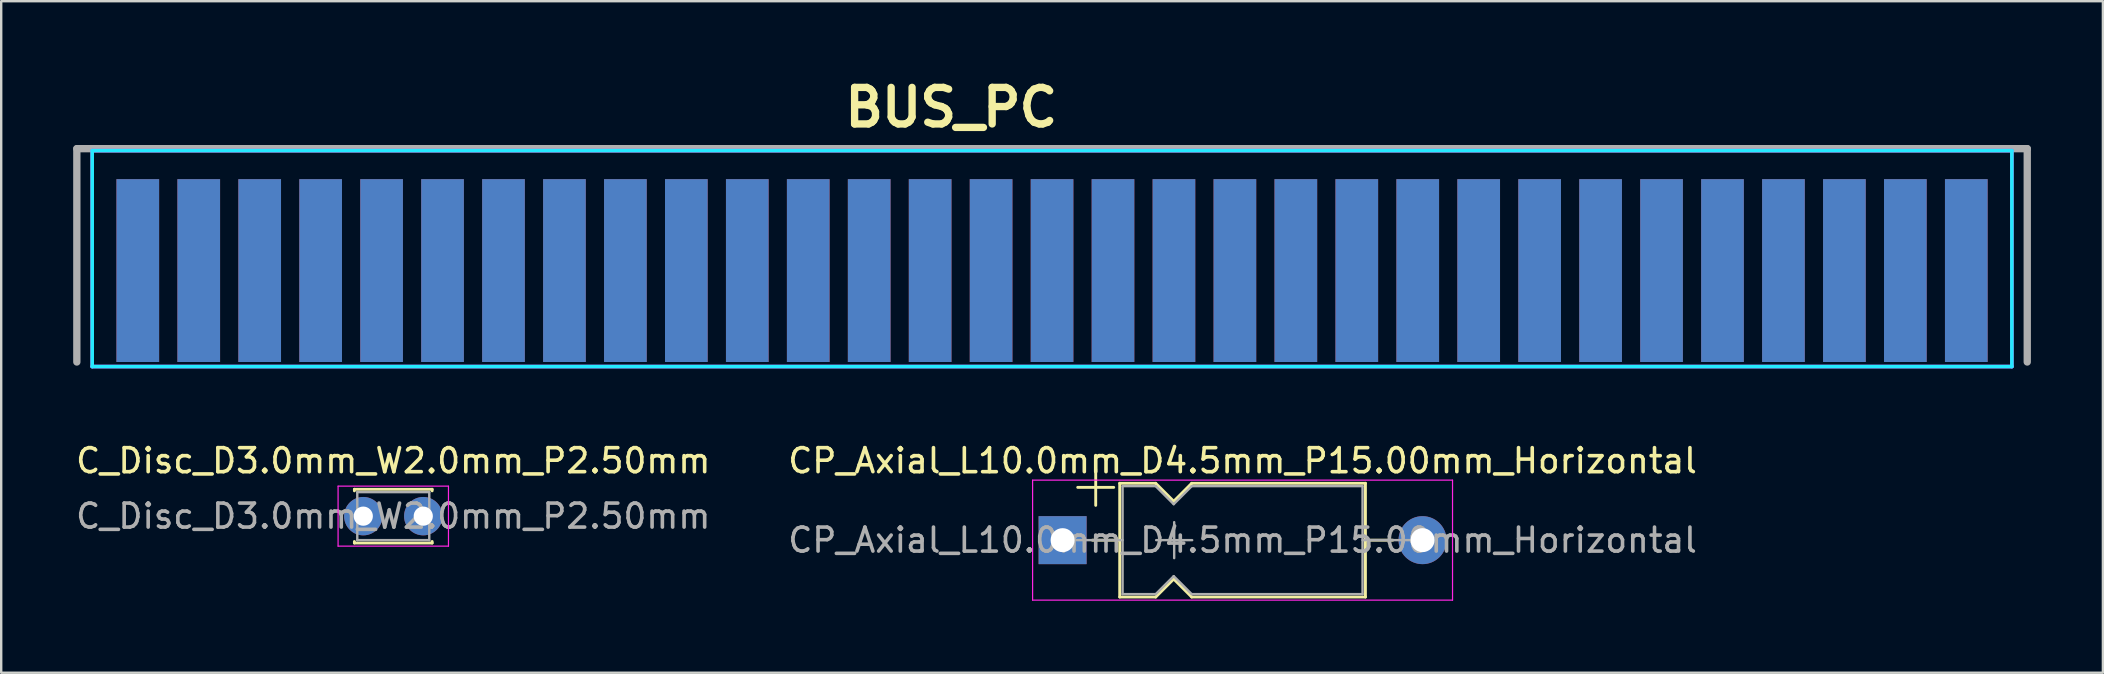
<source format=kicad_pcb>
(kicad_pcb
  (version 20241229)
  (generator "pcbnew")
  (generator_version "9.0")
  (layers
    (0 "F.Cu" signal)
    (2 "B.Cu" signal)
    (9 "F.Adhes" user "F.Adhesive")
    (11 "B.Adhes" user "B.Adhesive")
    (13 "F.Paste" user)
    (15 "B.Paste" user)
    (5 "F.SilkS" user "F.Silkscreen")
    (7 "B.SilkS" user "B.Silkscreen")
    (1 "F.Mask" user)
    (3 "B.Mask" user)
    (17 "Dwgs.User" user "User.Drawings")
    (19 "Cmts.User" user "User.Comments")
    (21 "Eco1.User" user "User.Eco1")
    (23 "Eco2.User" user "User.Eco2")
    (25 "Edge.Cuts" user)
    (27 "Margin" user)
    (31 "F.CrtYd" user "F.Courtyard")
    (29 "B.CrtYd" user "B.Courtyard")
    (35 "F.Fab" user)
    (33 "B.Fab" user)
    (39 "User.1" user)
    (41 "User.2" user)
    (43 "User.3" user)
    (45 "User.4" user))
  (footprint "BUS_PC"
    (layer "F.Cu")
    (at 40.792 8.226)
    (property "Reference" "BUS_PC" (at -4.2 -6.8 0) (layer "F.SilkS") (effects (font (size 1.524 1.524) (thickness 0.305))))
    (attr exclude_from_pos_files exclude_from_bom)
    (fp_line (start -40 -5) (end 40 -5) (stroke (width 0.15) (type solid)) (layer "B.CrtYd"))
    (fp_line (start -40 4) (end -40 -5) (stroke (width 0.15) (type solid)) (layer "B.CrtYd"))
    (fp_line (start 40 -5) (end 40 4) (stroke (width 0.15) (type solid)) (layer "B.CrtYd"))
    (fp_line (start 40 4) (end -40 4) (stroke (width 0.15) (type solid)) (layer "B.CrtYd"))
    (fp_line (start -40 -5) (end 40 -5) (stroke (width 0.15) (type solid)) (layer "F.CrtYd"))
    (fp_line (start -40 4) (end -40 -5) (stroke (width 0.15) (type solid)) (layer "F.CrtYd"))
    (fp_line (start 40 -5) (end 40 4) (stroke (width 0.15) (type solid)) (layer "F.CrtYd"))
    (fp_line (start 40 4) (end -40 4) (stroke (width 0.15) (type solid)) (layer "F.CrtYd"))
    (fp_line (start -40.64 -5.08) (end 40.64 -5.08) (stroke (width 0.305) (type solid)) (layer "F.Fab"))
    (fp_line (start -40.64 3.81) (end -40.64 -5.08) (stroke (width 0.305) (type solid)) (layer "F.Fab"))
    (fp_line (start 40.64 -5.08) (end 40.64 3.81) (stroke (width 0.305) (type solid)) (layer "F.Fab"))
    (pad "1" connect rect (at 38.1 0) (size 1.778 7.62) (layers "B.Cu" "B.Mask"))
    (pad "2" connect rect (at 35.56 0) (size 1.778 7.62) (layers "B.Cu" "B.Mask"))
    (pad "3" connect rect (at 33.02 0) (size 1.778 7.62) (layers "B.Cu" "B.Mask"))
    (pad "4" connect rect (at 30.48 0) (size 1.778 7.62) (layers "B.Cu" "B.Mask"))
    (pad "5" connect rect (at 27.94 0) (size 1.778 7.62) (layers "B.Cu" "B.Mask"))
    (pad "6" connect rect (at 25.4 0) (size 1.778 7.62) (layers "B.Cu" "B.Mask"))
    (pad "7" connect rect (at 22.86 0) (size 1.778 7.62) (layers "B.Cu" "B.Mask"))
    (pad "8" connect rect (at 20.32 0) (size 1.778 7.62) (layers "B.Cu" "B.Mask"))
    (pad "9" connect rect (at 17.78 0) (size 1.778 7.62) (layers "B.Cu" "B.Mask"))
    (pad "10" connect rect (at 15.24 0) (size 1.778 7.62) (layers "B.Cu" "B.Mask"))
    (pad "11" connect rect (at 12.7 0) (size 1.778 7.62) (layers "B.Cu" "B.Mask"))
    (pad "12" connect rect (at 10.16 0) (size 1.778 7.62) (layers "B.Cu" "B.Mask"))
    (pad "13" connect rect (at 7.62 0) (size 1.778 7.62) (layers "B.Cu" "B.Mask"))
    (pad "14" connect rect (at 5.08 0) (size 1.778 7.62) (layers "B.Cu" "B.Mask"))
    (pad "15" connect rect (at 2.54 0) (size 1.778 7.62) (layers "B.Cu" "B.Mask"))
    (pad "16" connect rect (at 0 0) (size 1.778 7.62) (layers "B.Cu" "B.Mask"))
    (pad "17" connect rect (at -2.54 0) (size 1.778 7.62) (layers "B.Cu" "B.Mask"))
    (pad "18" connect rect (at -5.08 0) (size 1.778 7.62) (layers "B.Cu" "B.Mask"))
    (pad "19" connect rect (at -7.62 0) (size 1.778 7.62) (layers "B.Cu" "B.Mask"))
    (pad "20" connect rect (at -10.16 0) (size 1.778 7.62) (layers "B.Cu" "B.Mask"))
    (pad "21" connect rect (at -12.7 0) (size 1.778 7.62) (layers "B.Cu" "B.Mask"))
    (pad "22" connect rect (at -15.24 0) (size 1.778 7.62) (layers "B.Cu" "B.Mask"))
    (pad "23" connect rect (at -17.78 0) (size 1.778 7.62) (layers "B.Cu" "B.Mask"))
    (pad "24" connect rect (at -20.32 0) (size 1.778 7.62) (layers "B.Cu" "B.Mask"))
    (pad "25" connect rect (at -22.86 0) (size 1.778 7.62) (layers "B.Cu" "B.Mask"))
    (pad "26" connect rect (at -25.4 0) (size 1.778 7.62) (layers "B.Cu" "B.Mask"))
    (pad "27" connect rect (at -27.94 0) (size 1.778 7.62) (layers "B.Cu" "B.Mask"))
    (pad "28" connect rect (at -30.48 0) (size 1.778 7.62) (layers "B.Cu" "B.Mask"))
    (pad "29" connect rect (at -33.02 0) (size 1.778 7.62) (layers "B.Cu" "B.Mask"))
    (pad "30" connect rect (at -35.56 0) (size 1.778 7.62) (layers "B.Cu" "B.Mask"))
    (pad "31" connect rect (at -38.1 0) (size 1.778 7.62) (layers "B.Cu" "B.Mask"))
    (pad "32" connect rect (at 38.1 0) (size 1.778 7.62) (layers "F.Cu" "F.Mask"))
    (pad "33" connect rect (at 35.56 0) (size 1.778 7.62) (layers "F.Cu" "F.Mask"))
    (pad "34" connect rect (at 33.02 0) (size 1.778 7.62) (layers "F.Cu" "F.Mask"))
    (pad "35" connect rect (at 30.48 0) (size 1.778 7.62) (layers "F.Cu" "F.Mask"))
    (pad "36" connect rect (at 27.94 0) (size 1.778 7.62) (layers "F.Cu" "F.Mask"))
    (pad "37" connect rect (at 25.4 0) (size 1.778 7.62) (layers "F.Cu" "F.Mask"))
    (pad "38" connect rect (at 22.86 0) (size 1.778 7.62) (layers "F.Cu" "F.Mask"))
    (pad "39" connect rect (at 20.32 0) (size 1.778 7.62) (layers "F.Cu" "F.Mask"))
    (pad "40" connect rect (at 17.78 0) (size 1.778 7.62) (layers "F.Cu" "F.Mask"))
    (pad "41" connect rect (at 15.24 0) (size 1.778 7.62) (layers "F.Cu" "F.Mask"))
    (pad "42" connect rect (at 12.7 0) (size 1.778 7.62) (layers "F.Cu" "F.Mask"))
    (pad "43" connect rect (at 10.16 0) (size 1.778 7.62) (layers "F.Cu" "F.Mask"))
    (pad "44" connect rect (at 7.62 0) (size 1.778 7.62) (layers "F.Cu" "F.Mask"))
    (pad "45" connect rect (at 5.08 0) (size 1.778 7.62) (layers "F.Cu" "F.Mask"))
    (pad "46" connect rect (at 2.54 0) (size 1.778 7.62) (layers "F.Cu" "F.Mask"))
    (pad "47" connect rect (at 0 0) (size 1.778 7.62) (layers "F.Cu" "F.Mask"))
    (pad "48" connect rect (at -2.54 0) (size 1.778 7.62) (layers "F.Cu" "F.Mask"))
    (pad "49" connect rect (at -5.08 0) (size 1.778 7.62) (layers "F.Cu" "F.Mask"))
    (pad "50" connect rect (at -7.62 0) (size 1.778 7.62) (layers "F.Cu" "F.Mask"))
    (pad "51" connect rect (at -10.16 0) (size 1.778 7.62) (layers "F.Cu" "F.Mask"))
    (pad "52" connect rect (at -12.7 0) (size 1.778 7.62) (layers "F.Cu" "F.Mask"))
    (pad "53" connect rect (at -15.24 0) (size 1.778 7.62) (layers "F.Cu" "F.Mask"))
    (pad "54" connect rect (at -17.78 0) (size 1.778 7.62) (layers "F.Cu" "F.Mask"))
    (pad "55" connect rect (at -20.32 0) (size 1.778 7.62) (layers "F.Cu" "F.Mask"))
    (pad "56" connect rect (at -22.86 0) (size 1.778 7.62) (layers "F.Cu" "F.Mask"))
    (pad "57" connect rect (at -25.4 0) (size 1.778 7.62) (layers "F.Cu" "F.Mask"))
    (pad "58" connect rect (at -27.94 0) (size 1.778 7.62) (layers "F.Cu" "F.Mask"))
    (pad "59" connect rect (at -30.48 0) (size 1.778 7.62) (layers "F.Cu" "F.Mask"))
    (pad "60" connect rect (at -33.02 0) (size 1.778 7.62) (layers "F.Cu" "F.Mask"))
    (pad "61" connect rect (at -35.56 0) (size 1.778 7.62) (layers "F.Cu" "F.Mask"))
    (pad "62" connect rect (at -38.1 0) (size 1.778 7.62) (layers "F.Cu" "F.Mask")))
  (footprint "C_Disc_D3.0mm_W2.0mm_P2.50mm"
    (layer "F.Cu")
    (at 12.089 18.46)
    (property "Reference" "C_Disc_D3.0mm_W2.0mm_P2.50mm" (at 1.25 -2.31 0) (layer "F.SilkS") (effects (font (size 1 1) (thickness 0.15))))
    (attr through_hole)
    (fp_line (start -0.37 -1.12) (end -0.37 -1.055) (stroke (width 0.12) (type solid)) (layer "F.SilkS"))
    (fp_line (start -0.37 -1.12) (end 2.87 -1.12) (stroke (width 0.12) (type solid)) (layer "F.SilkS"))
    (fp_line (start -0.37 1.055) (end -0.37 1.12) (stroke (width 0.12) (type solid)) (layer "F.SilkS"))
    (fp_line (start -0.37 1.12) (end 2.87 1.12) (stroke (width 0.12) (type solid)) (layer "F.SilkS"))
    (fp_line (start 2.87 -1.12) (end 2.87 -1.055) (stroke (width 0.12) (type solid)) (layer "F.SilkS"))
    (fp_line (start 2.87 1.055) (end 2.87 1.12) (stroke (width 0.12) (type solid)) (layer "F.SilkS"))
    (fp_line (start -1.05 -1.25) (end -1.05 1.25) (stroke (width 0.05) (type solid)) (layer "F.CrtYd"))
    (fp_line (start -1.05 1.25) (end 3.55 1.25) (stroke (width 0.05) (type solid)) (layer "F.CrtYd"))
    (fp_line (start 3.55 -1.25) (end -1.05 -1.25) (stroke (width 0.05) (type solid)) (layer "F.CrtYd"))
    (fp_line (start 3.55 1.25) (end 3.55 -1.25) (stroke (width 0.05) (type solid)) (layer "F.CrtYd"))
    (fp_line (start -0.25 -1) (end -0.25 1) (stroke (width 0.1) (type solid)) (layer "F.Fab"))
    (fp_line (start -0.25 1) (end 2.75 1) (stroke (width 0.1) (type solid)) (layer "F.Fab"))
    (fp_line (start 2.75 -1) (end -0.25 -1) (stroke (width 0.1) (type solid)) (layer "F.Fab"))
    (fp_line (start 2.75 1) (end 2.75 -1) (stroke (width 0.1) (type solid)) (layer "F.Fab"))
    (fp_text user "${REFERENCE}" (at 1.25 0 0) (layer "F.Fab") (effects (font (size 1 1) (thickness 0.15))))
    (pad "1" thru_hole circle (at 0 0) (size 1.6 1.6) (drill 0.8) (layers "*.Cu" "*.Mask"))
    (pad "2" thru_hole circle (at 2.5 0) (size 1.6 1.6) (drill 0.8) (layers "*.Cu" "*.Mask")))
  (footprint "CP_Axial_L10.0mm_D4.5mm_P15.00mm_Horizontal"
    (layer "F.Cu")
    (at 41.232 19.46)
    (property "Reference" "CP_Axial_L10.0mm_D4.5mm_P15.00mm_Horizontal" (at 7.5 -3.31 0) (layer "F.SilkS") (effects (font (size 1 1) (thickness 0.15))))
    (attr through_hole)
    (fp_line (start 0.63 -2.2) (end 2.13 -2.2) (stroke (width 0.12) (type solid)) (layer "F.SilkS"))
    (fp_line (start 1.24 0) (end 2.38 0) (stroke (width 0.12) (type solid)) (layer "F.SilkS"))
    (fp_line (start 1.38 -2.95) (end 1.38 -1.45) (stroke (width 0.12) (type solid)) (layer "F.SilkS"))
    (fp_line (start 2.38 -2.37) (end 2.38 2.37) (stroke (width 0.12) (type solid)) (layer "F.SilkS"))
    (fp_line (start 2.38 -2.37) (end 3.88 -2.37) (stroke (width 0.12) (type solid)) (layer "F.SilkS"))
    (fp_line (start 2.38 2.37) (end 3.88 2.37) (stroke (width 0.12) (type solid)) (layer "F.SilkS"))
    (fp_line (start 3.88 -2.37) (end 4.63 -1.62) (stroke (width 0.12) (type solid)) (layer "F.SilkS"))
    (fp_line (start 3.88 2.37) (end 4.63 1.62) (stroke (width 0.12) (type solid)) (layer "F.SilkS"))
    (fp_line (start 4.63 -1.62) (end 5.38 -2.37) (stroke (width 0.12) (type solid)) (layer "F.SilkS"))
    (fp_line (start 4.63 1.62) (end 5.38 2.37) (stroke (width 0.12) (type solid)) (layer "F.SilkS"))
    (fp_line (start 5.38 -2.37) (end 12.62 -2.37) (stroke (width 0.12) (type solid)) (layer "F.SilkS"))
    (fp_line (start 5.38 2.37) (end 12.62 2.37) (stroke (width 0.12) (type solid)) (layer "F.SilkS"))
    (fp_line (start 12.62 -2.37) (end 12.62 2.37) (stroke (width 0.12) (type solid)) (layer "F.SilkS"))
    (fp_line (start 13.76 0) (end 12.62 0) (stroke (width 0.12) (type solid)) (layer "F.SilkS"))
    (fp_line (start -1.25 -2.5) (end -1.25 2.5) (stroke (width 0.05) (type solid)) (layer "F.CrtYd"))
    (fp_line (start -1.25 2.5) (end 16.25 2.5) (stroke (width 0.05) (type solid)) (layer "F.CrtYd"))
    (fp_line (start 16.25 -2.5) (end -1.25 -2.5) (stroke (width 0.05) (type solid)) (layer "F.CrtYd"))
    (fp_line (start 16.25 2.5) (end 16.25 -2.5) (stroke (width 0.05) (type solid)) (layer "F.CrtYd"))
    (fp_line (start 0 0) (end 2.5 0) (stroke (width 0.1) (type solid)) (layer "F.Fab"))
    (fp_line (start 2.5 -2.25) (end 2.5 2.25) (stroke (width 0.1) (type solid)) (layer "F.Fab"))
    (fp_line (start 2.5 -2.25) (end 3.88 -2.25) (stroke (width 0.1) (type solid)) (layer "F.Fab"))
    (fp_line (start 2.5 2.25) (end 3.88 2.25) (stroke (width 0.1) (type solid)) (layer "F.Fab"))
    (fp_line (start 3.88 -2.25) (end 4.63 -1.5) (stroke (width 0.1) (type solid)) (layer "F.Fab"))
    (fp_line (start 3.88 2.25) (end 4.63 1.5) (stroke (width 0.1) (type solid)) (layer "F.Fab"))
    (fp_line (start 3.9 0) (end 5.4 0) (stroke (width 0.1) (type solid)) (layer "F.Fab"))
    (fp_line (start 4.63 -1.5) (end 5.38 -2.25) (stroke (width 0.1) (type solid)) (layer "F.Fab"))
    (fp_line (start 4.63 1.5) (end 5.38 2.25) (stroke (width 0.1) (type solid)) (layer "F.Fab"))
    (fp_line (start 4.65 -0.75) (end 4.65 0.75) (stroke (width 0.1) (type solid)) (layer "F.Fab"))
    (fp_line (start 5.38 -2.25) (end 12.5 -2.25) (stroke (width 0.1) (type solid)) (layer "F.Fab"))
    (fp_line (start 5.38 2.25) (end 12.5 2.25) (stroke (width 0.1) (type solid)) (layer "F.Fab"))
    (fp_line (start 12.5 -2.25) (end 12.5 2.25) (stroke (width 0.1) (type solid)) (layer "F.Fab"))
    (fp_line (start 15 0) (end 12.5 0) (stroke (width 0.1) (type solid)) (layer "F.Fab"))
    (fp_text user "${REFERENCE}" (at 7.5 0 0) (layer "F.Fab") (effects (font (size 1 1) (thickness 0.15))))
    (pad "1" thru_hole rect (at 0 0) (size 2 2) (drill 1) (layers "*.Cu" "*.Mask"))
    (pad "2" thru_hole oval (at 15 0) (size 2 2) (drill 1) (layers "*.Cu" "*.Mask")))
  (gr_rect
    (start -3 -3)
    (end 84.585 24.985)
    (stroke (width 0.1) (type default))
    (fill no)
    (layer "Edge.Cuts")))
</source>
